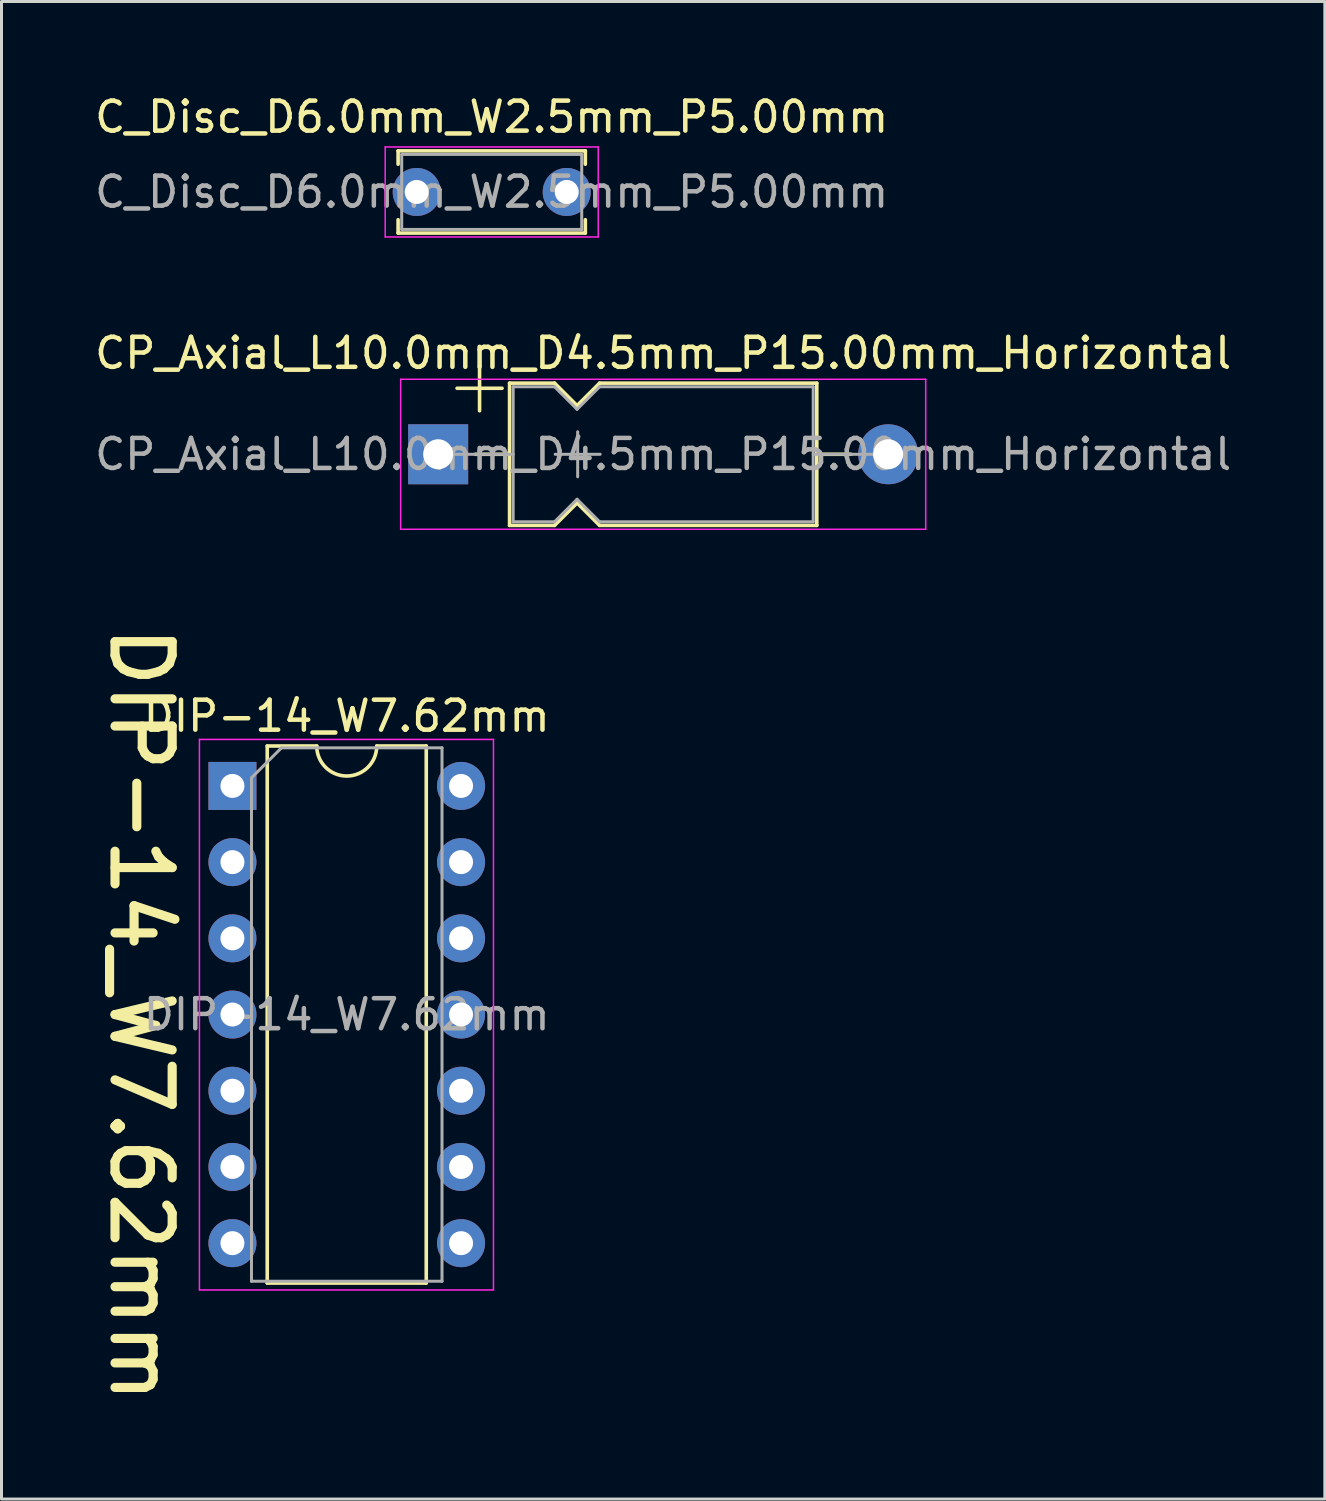
<source format=kicad_pcb>
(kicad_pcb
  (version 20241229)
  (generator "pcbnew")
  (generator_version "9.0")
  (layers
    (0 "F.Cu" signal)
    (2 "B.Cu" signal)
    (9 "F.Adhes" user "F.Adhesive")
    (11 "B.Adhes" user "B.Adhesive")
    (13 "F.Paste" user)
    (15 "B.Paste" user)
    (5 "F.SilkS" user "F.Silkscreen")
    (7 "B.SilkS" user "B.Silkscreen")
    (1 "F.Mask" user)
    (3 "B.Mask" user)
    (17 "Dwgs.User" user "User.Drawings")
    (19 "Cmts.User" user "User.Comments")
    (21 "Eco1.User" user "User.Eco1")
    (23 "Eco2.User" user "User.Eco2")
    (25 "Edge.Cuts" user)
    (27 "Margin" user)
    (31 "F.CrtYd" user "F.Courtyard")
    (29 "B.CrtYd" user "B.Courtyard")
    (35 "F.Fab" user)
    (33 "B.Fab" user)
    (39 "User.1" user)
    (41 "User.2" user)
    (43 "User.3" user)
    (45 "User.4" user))
  (footprint "CP_Axial_L10.0mm_D4.5mm_P15.00mm_Horizontal"
    (layer "F.Cu")
    (at 11.554 12.091)
    (property "Reference" "CP_Axial_L10.0mm_D4.5mm_P15.00mm_Horizontal" (at 7.5 -3.37 0) (layer "F.SilkS") (effects (font (size 1 1) (thickness 0.15))))
    (attr through_hole)
    (fp_line (start 0.63 -2.2) (end 2.13 -2.2) (stroke (width 0.12) (type solid)) (layer "F.SilkS"))
    (fp_line (start 1.24 0) (end 2.38 0) (stroke (width 0.12) (type solid)) (layer "F.SilkS"))
    (fp_line (start 1.38 -2.95) (end 1.38 -1.45) (stroke (width 0.12) (type solid)) (layer "F.SilkS"))
    (fp_line (start 2.38 -2.37) (end 2.38 2.37) (stroke (width 0.12) (type solid)) (layer "F.SilkS"))
    (fp_line (start 2.38 -2.37) (end 3.88 -2.37) (stroke (width 0.12) (type solid)) (layer "F.SilkS"))
    (fp_line (start 2.38 2.37) (end 3.88 2.37) (stroke (width 0.12) (type solid)) (layer "F.SilkS"))
    (fp_line (start 3.88 -2.37) (end 4.63 -1.62) (stroke (width 0.12) (type solid)) (layer "F.SilkS"))
    (fp_line (start 3.88 2.37) (end 4.63 1.62) (stroke (width 0.12) (type solid)) (layer "F.SilkS"))
    (fp_line (start 4.63 -1.62) (end 5.38 -2.37) (stroke (width 0.12) (type solid)) (layer "F.SilkS"))
    (fp_line (start 4.63 1.62) (end 5.38 2.37) (stroke (width 0.12) (type solid)) (layer "F.SilkS"))
    (fp_line (start 5.38 -2.37) (end 12.62 -2.37) (stroke (width 0.12) (type solid)) (layer "F.SilkS"))
    (fp_line (start 5.38 2.37) (end 12.62 2.37) (stroke (width 0.12) (type solid)) (layer "F.SilkS"))
    (fp_line (start 12.62 -2.37) (end 12.62 2.37) (stroke (width 0.12) (type solid)) (layer "F.SilkS"))
    (fp_line (start 13.76 0) (end 12.62 0) (stroke (width 0.12) (type solid)) (layer "F.SilkS"))
    (fp_line (start -1.25 -2.5) (end -1.25 2.5) (stroke (width 0.05) (type solid)) (layer "F.CrtYd"))
    (fp_line (start -1.25 2.5) (end 16.25 2.5) (stroke (width 0.05) (type solid)) (layer "F.CrtYd"))
    (fp_line (start 16.25 -2.5) (end -1.25 -2.5) (stroke (width 0.05) (type solid)) (layer "F.CrtYd"))
    (fp_line (start 16.25 2.5) (end 16.25 -2.5) (stroke (width 0.05) (type solid)) (layer "F.CrtYd"))
    (fp_line (start 0 0) (end 2.5 0) (stroke (width 0.1) (type solid)) (layer "F.Fab"))
    (fp_line (start 2.5 -2.25) (end 2.5 2.25) (stroke (width 0.1) (type solid)) (layer "F.Fab"))
    (fp_line (start 2.5 -2.25) (end 3.88 -2.25) (stroke (width 0.1) (type solid)) (layer "F.Fab"))
    (fp_line (start 2.5 2.25) (end 3.88 2.25) (stroke (width 0.1) (type solid)) (layer "F.Fab"))
    (fp_line (start 3.88 -2.25) (end 4.63 -1.5) (stroke (width 0.1) (type solid)) (layer "F.Fab"))
    (fp_line (start 3.88 2.25) (end 4.63 1.5) (stroke (width 0.1) (type solid)) (layer "F.Fab"))
    (fp_line (start 3.9 0) (end 5.4 0) (stroke (width 0.1) (type solid)) (layer "F.Fab"))
    (fp_line (start 4.63 -1.5) (end 5.38 -2.25) (stroke (width 0.1) (type solid)) (layer "F.Fab"))
    (fp_line (start 4.63 1.5) (end 5.38 2.25) (stroke (width 0.1) (type solid)) (layer "F.Fab"))
    (fp_line (start 4.65 -0.75) (end 4.65 0.75) (stroke (width 0.1) (type solid)) (layer "F.Fab"))
    (fp_line (start 5.38 -2.25) (end 12.5 -2.25) (stroke (width 0.1) (type solid)) (layer "F.Fab"))
    (fp_line (start 5.38 2.25) (end 12.5 2.25) (stroke (width 0.1) (type solid)) (layer "F.Fab"))
    (fp_line (start 12.5 -2.25) (end 12.5 2.25) (stroke (width 0.1) (type solid)) (layer "F.Fab"))
    (fp_line (start 15 0) (end 12.5 0) (stroke (width 0.1) (type solid)) (layer "F.Fab"))
    (fp_text user "${REFERENCE}" (at 7.5 0 0) (layer "F.Fab") (effects (font (size 1 1) (thickness 0.15))))
    (pad "1" thru_hole rect (at 0 0) (size 2 2) (drill 1) (layers "*.Cu" "*.Mask"))
    (pad "2" thru_hole oval (at 15 0) (size 2 2) (drill 1) (layers "*.Cu" "*.Mask")))
  (footprint "DIP-14_W7.62mm"
    (layer "F.Cu")
    (at 4.697 23.145)
    (property "Reference" "DIP-14_W7.62mm" (at 3.81 -2.33 0) (layer "F.SilkS") (effects (font (size 1 1) (thickness 0.15))))
    (property "Value" "DIP-14_W7.62mm" (at 3.81 17.57 0) (layer "F.Fab") (hide yes) (effects (font (size 1 1) (thickness 0.15))))
    (attr through_hole)
    (fp_line (start 1.16 -1.33) (end 1.16 16.57) (stroke (width 0.12) (type solid)) (layer "F.SilkS"))
    (fp_line (start 1.16 16.57) (end 6.46 16.57) (stroke (width 0.12) (type solid)) (layer "F.SilkS"))
    (fp_line (start 2.81 -1.33) (end 1.16 -1.33) (stroke (width 0.12) (type solid)) (layer "F.SilkS"))
    (fp_line (start 6.46 -1.33) (end 4.81 -1.33) (stroke (width 0.12) (type solid)) (layer "F.SilkS"))
    (fp_line (start 6.46 16.57) (end 6.46 -1.33) (stroke (width 0.12) (type solid)) (layer "F.SilkS"))
    (fp_arc (start 4.81 -1.33) (mid 3.81 -0.33) (end 2.81 -1.33) (stroke (width 0.12) (type solid)) (layer "F.SilkS"))
    (fp_line (start -1.1 -1.55) (end -1.1 16.8) (stroke (width 0.05) (type solid)) (layer "F.CrtYd"))
    (fp_line (start -1.1 16.8) (end 8.7 16.8) (stroke (width 0.05) (type solid)) (layer "F.CrtYd"))
    (fp_line (start 8.7 -1.55) (end -1.1 -1.55) (stroke (width 0.05) (type solid)) (layer "F.CrtYd"))
    (fp_line (start 8.7 16.8) (end 8.7 -1.55) (stroke (width 0.05) (type solid)) (layer "F.CrtYd"))
    (fp_line (start 0.635 -0.27) (end 1.635 -1.27) (stroke (width 0.1) (type solid)) (layer "F.Fab"))
    (fp_line (start 0.635 16.51) (end 0.635 -0.27) (stroke (width 0.1) (type solid)) (layer "F.Fab"))
    (fp_line (start 1.635 -1.27) (end 6.985 -1.27) (stroke (width 0.1) (type solid)) (layer "F.Fab"))
    (fp_line (start 6.985 -1.27) (end 6.985 16.51) (stroke (width 0.1) (type solid)) (layer "F.Fab"))
    (fp_line (start 6.985 16.51) (end 0.635 16.51) (stroke (width 0.1) (type solid)) (layer "F.Fab"))
    (fp_text user "${VALUE}" (at -3.048 7.62 270) (unlocked yes) (layer "F.SilkS") (effects (font (size 1.905 1.905) (thickness 0.305))))
    (fp_text user "${REFERENCE}" (at 3.81 7.62 0) (layer "F.Fab") (effects (font (size 1 1) (thickness 0.15))))
    (pad "1" thru_hole rect (at 0 0) (size 1.6 1.6) (drill 0.8) (layers "*.Cu" "*.Mask"))
    (pad "2" thru_hole oval (at 0 2.54) (size 1.6 1.6) (drill 0.8) (layers "*.Cu" "*.Mask"))
    (pad "3" thru_hole oval (at 0 5.08) (size 1.6 1.6) (drill 0.8) (layers "*.Cu" "*.Mask"))
    (pad "4" thru_hole oval (at 0 7.62) (size 1.6 1.6) (drill 0.8) (layers "*.Cu" "*.Mask"))
    (pad "5" thru_hole oval (at 0 10.16) (size 1.6 1.6) (drill 0.8) (layers "*.Cu" "*.Mask"))
    (pad "6" thru_hole oval (at 0 12.7) (size 1.6 1.6) (drill 0.8) (layers "*.Cu" "*.Mask"))
    (pad "7" thru_hole oval (at 0 15.24) (size 1.6 1.6) (drill 0.8) (layers "*.Cu" "*.Mask"))
    (pad "8" thru_hole oval (at 7.62 15.24) (size 1.6 1.6) (drill 0.8) (layers "*.Cu" "*.Mask"))
    (pad "9" thru_hole oval (at 7.62 12.7) (size 1.6 1.6) (drill 0.8) (layers "*.Cu" "*.Mask"))
    (pad "10" thru_hole oval (at 7.62 10.16) (size 1.6 1.6) (drill 0.8) (layers "*.Cu" "*.Mask"))
    (pad "11" thru_hole oval (at 7.62 7.62) (size 1.6 1.6) (drill 0.8) (layers "*.Cu" "*.Mask"))
    (pad "12" thru_hole oval (at 7.62 5.08) (size 1.6 1.6) (drill 0.8) (layers "*.Cu" "*.Mask"))
    (pad "13" thru_hole oval (at 7.62 2.54) (size 1.6 1.6) (drill 0.8) (layers "*.Cu" "*.Mask"))
    (pad "14" thru_hole oval (at 7.62 0) (size 1.6 1.6) (drill 0.8) (layers "*.Cu" "*.Mask")))
  (footprint "C_Disc_D6.0mm_W2.5mm_P5.00mm"
    (layer "F.Cu")
    (at 10.839 3.348)
    (property "Reference" "C_Disc_D6.0mm_W2.5mm_P5.00mm" (at 2.5 -2.5 0) (layer "F.SilkS") (effects (font (size 1 1) (thickness 0.15))))
    (attr through_hole)
    (fp_line (start -0.62 -1.37) (end -0.62 -0.925) (stroke (width 0.12) (type solid)) (layer "F.SilkS"))
    (fp_line (start -0.62 -1.37) (end 5.62 -1.37) (stroke (width 0.12) (type solid)) (layer "F.SilkS"))
    (fp_line (start -0.62 0.925) (end -0.62 1.37) (stroke (width 0.12) (type solid)) (layer "F.SilkS"))
    (fp_line (start -0.62 1.37) (end 5.62 1.37) (stroke (width 0.12) (type solid)) (layer "F.SilkS"))
    (fp_line (start 5.62 -1.37) (end 5.62 -0.925) (stroke (width 0.12) (type solid)) (layer "F.SilkS"))
    (fp_line (start 5.62 0.925) (end 5.62 1.37) (stroke (width 0.12) (type solid)) (layer "F.SilkS"))
    (fp_line (start -1.05 -1.5) (end -1.05 1.5) (stroke (width 0.05) (type solid)) (layer "F.CrtYd"))
    (fp_line (start -1.05 1.5) (end 6.05 1.5) (stroke (width 0.05) (type solid)) (layer "F.CrtYd"))
    (fp_line (start 6.05 -1.5) (end -1.05 -1.5) (stroke (width 0.05) (type solid)) (layer "F.CrtYd"))
    (fp_line (start 6.05 1.5) (end 6.05 -1.5) (stroke (width 0.05) (type solid)) (layer "F.CrtYd"))
    (fp_line (start -0.5 -1.25) (end -0.5 1.25) (stroke (width 0.1) (type solid)) (layer "F.Fab"))
    (fp_line (start -0.5 1.25) (end 5.5 1.25) (stroke (width 0.1) (type solid)) (layer "F.Fab"))
    (fp_line (start 5.5 -1.25) (end -0.5 -1.25) (stroke (width 0.1) (type solid)) (layer "F.Fab"))
    (fp_line (start 5.5 1.25) (end 5.5 -1.25) (stroke (width 0.1) (type solid)) (layer "F.Fab"))
    (fp_text user "${REFERENCE}" (at 2.5 0 0) (layer "F.Fab") (effects (font (size 1 1) (thickness 0.15))))
    (pad "1" thru_hole circle (at 0 0) (size 1.6 1.6) (drill 0.8) (layers "*.Cu" "*.Mask"))
    (pad "2" thru_hole circle (at 5 0) (size 1.6 1.6) (drill 0.8) (layers "*.Cu" "*.Mask")))
  (gr_rect
    (start -3 -3)
    (end 41.107 46.913)
    (stroke (width 0.1) (type default))
    (fill no)
    (layer "Edge.Cuts")))
</source>
